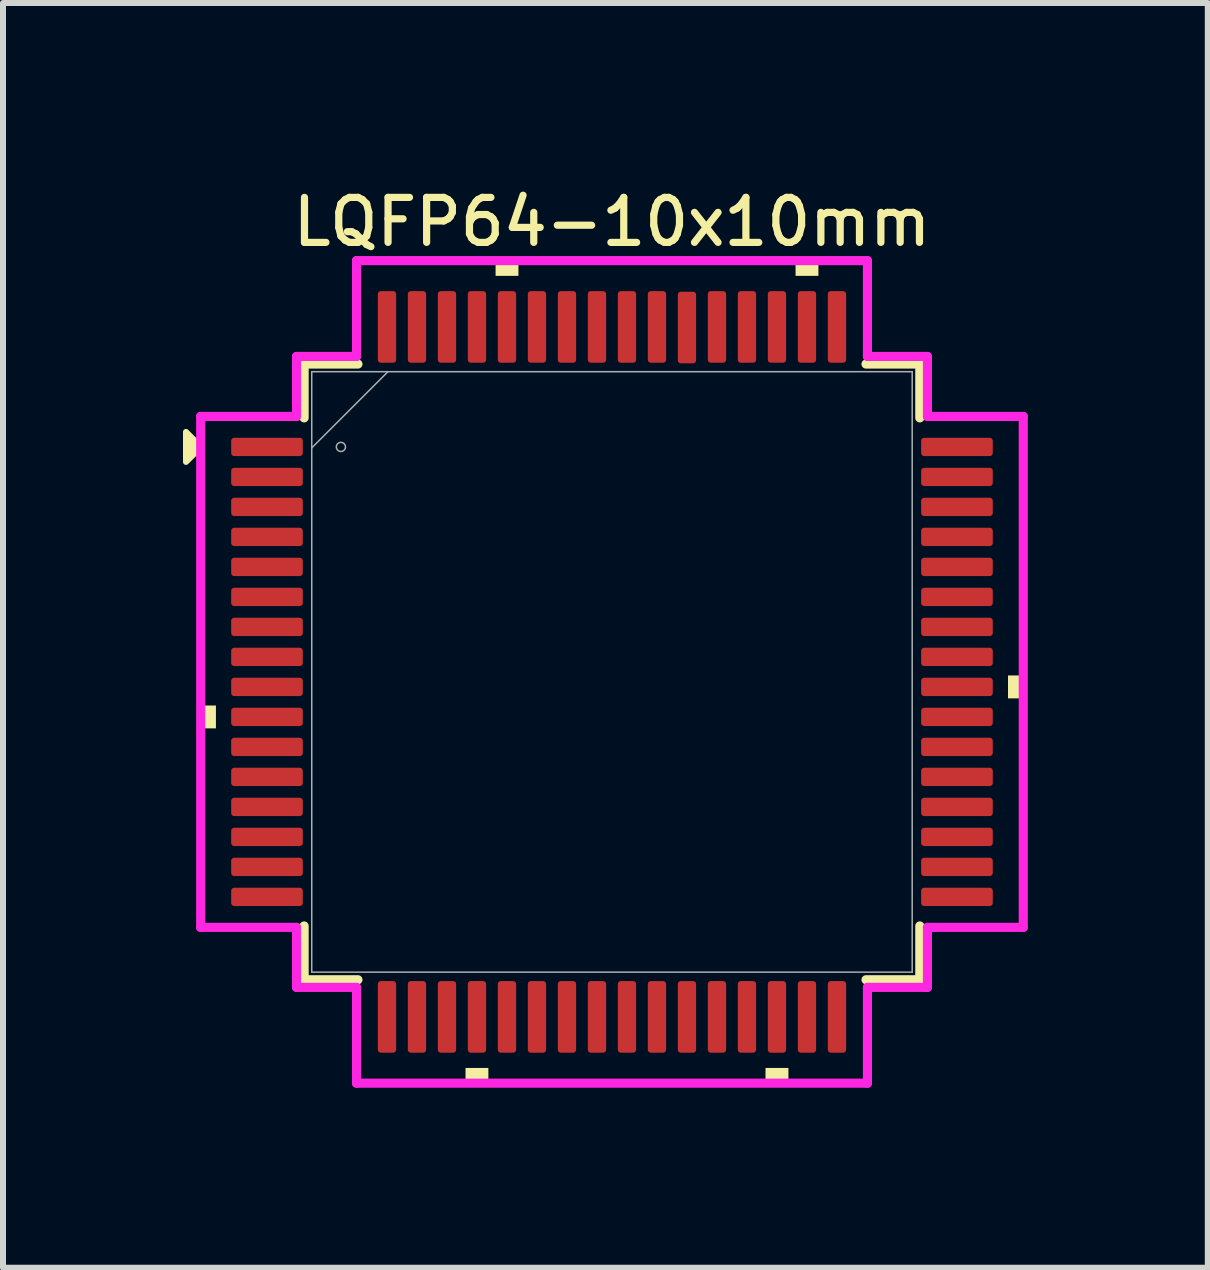
<source format=kicad_pcb>
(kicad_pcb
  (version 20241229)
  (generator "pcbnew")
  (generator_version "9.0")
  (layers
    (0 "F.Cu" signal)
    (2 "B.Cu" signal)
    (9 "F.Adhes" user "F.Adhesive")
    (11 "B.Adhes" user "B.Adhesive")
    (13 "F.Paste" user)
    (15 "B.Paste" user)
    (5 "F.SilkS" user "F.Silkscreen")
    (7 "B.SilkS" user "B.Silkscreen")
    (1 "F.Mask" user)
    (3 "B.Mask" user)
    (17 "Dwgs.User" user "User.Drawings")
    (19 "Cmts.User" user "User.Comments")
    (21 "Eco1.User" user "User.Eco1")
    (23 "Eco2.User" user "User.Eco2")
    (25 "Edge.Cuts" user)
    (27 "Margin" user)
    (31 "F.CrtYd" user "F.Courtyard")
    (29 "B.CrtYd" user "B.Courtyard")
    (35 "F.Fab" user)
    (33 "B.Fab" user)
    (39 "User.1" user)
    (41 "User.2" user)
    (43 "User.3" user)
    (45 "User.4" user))
  (footprint "LQFP64-10x10mm"
    (layer "F.Cu")
    (at 7.15 8.149)
    (property "Reference" "LQFP64-10x10mm" (at 0 -7.5 0) (unlocked yes) (layer "F.SilkS") (effects (font (size 0.75 0.75) (thickness 0.12))))
    (attr smd)
    (fp_line (start -5.131 -5.131) (end -5.131 -4.234) (stroke (width 0.152) (type solid)) (layer "F.SilkS"))
    (fp_line (start -5.131 4.234) (end -5.131 5.131) (stroke (width 0.152) (type solid)) (layer "F.SilkS"))
    (fp_line (start -5.131 5.131) (end -4.234 5.131) (stroke (width 0.152) (type solid)) (layer "F.SilkS"))
    (fp_line (start -4.234 -5.131) (end -5.131 -5.131) (stroke (width 0.152) (type solid)) (layer "F.SilkS"))
    (fp_line (start 4.234 5.131) (end 5.131 5.131) (stroke (width 0.152) (type solid)) (layer "F.SilkS"))
    (fp_line (start 5.131 -5.131) (end 4.234 -5.131) (stroke (width 0.152) (type solid)) (layer "F.SilkS"))
    (fp_line (start 5.131 -4.234) (end 5.131 -5.131) (stroke (width 0.152) (type solid)) (layer "F.SilkS"))
    (fp_line (start 5.131 5.131) (end 5.131 4.234) (stroke (width 0.152) (type solid)) (layer "F.SilkS"))
    (fp_poly (pts (xy -6.85 -3.75) (xy -7.1 -3.5) (xy -7.1 -4)) (stroke (width 0.1) (type solid)) (fill yes) (layer "F.SilkS"))
    (fp_poly (pts (xy -6.855 0.56) (xy -6.855 0.941) (xy -6.601 0.941) (xy -6.601 0.56)) (stroke (width 0) (type solid)) (fill yes) (layer "F.SilkS"))
    (fp_poly (pts (xy -2.441 6.601) (xy -2.441 6.855) (xy -2.06 6.855) (xy -2.06 6.601)) (stroke (width 0) (type solid)) (fill yes) (layer "F.SilkS"))
    (fp_poly (pts (xy -1.94 -6.601) (xy -1.94 -6.855) (xy -1.559 -6.855) (xy -1.559 -6.601)) (stroke (width 0) (type solid)) (fill yes) (layer "F.SilkS"))
    (fp_poly (pts (xy 2.559 6.601) (xy 2.559 6.855) (xy 2.941 6.855) (xy 2.941 6.601)) (stroke (width 0) (type solid)) (fill yes) (layer "F.SilkS"))
    (fp_poly (pts (xy 3.06 -6.601) (xy 3.06 -6.855) (xy 3.441 -6.855) (xy 3.441 -6.601)) (stroke (width 0) (type solid)) (fill yes) (layer "F.SilkS"))
    (fp_poly (pts (xy 6.855 0.059) (xy 6.855 0.441) (xy 6.601 0.441) (xy 6.601 0.059)) (stroke (width 0) (type solid)) (fill yes) (layer "F.SilkS"))
    (fp_line (start -6.855 -4.258) (end -5.258 -4.258) (stroke (width 0.152) (type solid)) (layer "F.CrtYd"))
    (fp_line (start -6.855 4.258) (end -6.855 -4.258) (stroke (width 0.152) (type solid)) (layer "F.CrtYd"))
    (fp_line (start -5.258 -5.258) (end -4.258 -5.258) (stroke (width 0.152) (type solid)) (layer "F.CrtYd"))
    (fp_line (start -5.258 -4.258) (end -5.258 -5.258) (stroke (width 0.152) (type solid)) (layer "F.CrtYd"))
    (fp_line (start -5.258 4.258) (end -6.855 4.258) (stroke (width 0.152) (type solid)) (layer "F.CrtYd"))
    (fp_line (start -5.258 5.258) (end -5.258 4.258) (stroke (width 0.152) (type solid)) (layer "F.CrtYd"))
    (fp_line (start -4.258 -6.855) (end 4.258 -6.855) (stroke (width 0.152) (type solid)) (layer "F.CrtYd"))
    (fp_line (start -4.258 -5.258) (end -4.258 -6.855) (stroke (width 0.152) (type solid)) (layer "F.CrtYd"))
    (fp_line (start -4.258 5.258) (end -5.258 5.258) (stroke (width 0.152) (type solid)) (layer "F.CrtYd"))
    (fp_line (start -4.258 6.855) (end -4.258 5.258) (stroke (width 0.152) (type solid)) (layer "F.CrtYd"))
    (fp_line (start 4.258 -6.855) (end 4.258 -5.258) (stroke (width 0.152) (type solid)) (layer "F.CrtYd"))
    (fp_line (start 4.258 -5.258) (end 5.258 -5.258) (stroke (width 0.152) (type solid)) (layer "F.CrtYd"))
    (fp_line (start 4.258 5.258) (end 4.258 6.855) (stroke (width 0.152) (type solid)) (layer "F.CrtYd"))
    (fp_line (start 4.258 6.855) (end -4.258 6.855) (stroke (width 0.152) (type solid)) (layer "F.CrtYd"))
    (fp_line (start 5.258 -5.258) (end 5.258 -4.258) (stroke (width 0.152) (type solid)) (layer "F.CrtYd"))
    (fp_line (start 5.258 -4.258) (end 6.855 -4.258) (stroke (width 0.152) (type solid)) (layer "F.CrtYd"))
    (fp_line (start 5.258 4.258) (end 5.258 5.258) (stroke (width 0.152) (type solid)) (layer "F.CrtYd"))
    (fp_line (start 5.258 5.258) (end 4.258 5.258) (stroke (width 0.152) (type solid)) (layer "F.CrtYd"))
    (fp_line (start 6.855 -4.258) (end 6.855 4.258) (stroke (width 0.152) (type solid)) (layer "F.CrtYd"))
    (fp_line (start 6.855 4.258) (end 5.258 4.258) (stroke (width 0.152) (type solid)) (layer "F.CrtYd"))
    (fp_line (start -5.004 -5.004) (end -5.004 5.004) (stroke (width 0.025) (type solid)) (layer "F.Fab"))
    (fp_line (start -5.004 -3.734) (end -3.734 -5.004) (stroke (width 0.025) (type solid)) (layer "F.Fab"))
    (fp_line (start -5.004 5.004) (end 5.004 5.004) (stroke (width 0.025) (type solid)) (layer "F.Fab"))
    (fp_line (start 5.004 -5.004) (end -5.004 -5.004) (stroke (width 0.025) (type solid)) (layer "F.Fab"))
    (fp_line (start 5.004 5.004) (end 5.004 -5.004) (stroke (width 0.025) (type solid)) (layer "F.Fab"))
    (fp_circle (center -4.518 -3.75) (end -4.442 -3.75) (stroke (width 0.025) (type solid)) (fill no) (layer "F.Fab"))
    (pad "1" smd roundrect (at -5.75 -3.75) (size 1.194 0.305) (layers "F.Cu" "F.Mask" "F.Paste") (roundrect_rratio 0.164))
    (pad "2" smd roundrect (at -5.75 -3.25) (size 1.194 0.305) (layers "F.Cu" "F.Mask" "F.Paste") (roundrect_rratio 0.164))
    (pad "3" smd roundrect (at -5.75 -2.75) (size 1.194 0.305) (layers "F.Cu" "F.Mask" "F.Paste") (roundrect_rratio 0.164))
    (pad "4" smd roundrect (at -5.75 -2.25) (size 1.194 0.305) (layers "F.Cu" "F.Mask" "F.Paste") (roundrect_rratio 0.164))
    (pad "5" smd roundrect (at -5.75 -1.75) (size 1.194 0.305) (layers "F.Cu" "F.Mask" "F.Paste") (roundrect_rratio 0.164))
    (pad "6" smd roundrect (at -5.75 -1.25) (size 1.194 0.305) (layers "F.Cu" "F.Mask" "F.Paste") (roundrect_rratio 0.164))
    (pad "7" smd roundrect (at -5.75 -0.75) (size 1.194 0.305) (layers "F.Cu" "F.Mask" "F.Paste") (roundrect_rratio 0.164))
    (pad "8" smd roundrect (at -5.75 -0.25) (size 1.194 0.305) (layers "F.Cu" "F.Mask" "F.Paste") (roundrect_rratio 0.164))
    (pad "9" smd roundrect (at -5.75 0.25) (size 1.194 0.305) (layers "F.Cu" "F.Mask" "F.Paste") (roundrect_rratio 0.164))
    (pad "10" smd roundrect (at -5.75 0.75) (size 1.194 0.305) (layers "F.Cu" "F.Mask" "F.Paste") (roundrect_rratio 0.164))
    (pad "11" smd roundrect (at -5.75 1.25) (size 1.194 0.305) (layers "F.Cu" "F.Mask" "F.Paste") (roundrect_rratio 0.164))
    (pad "12" smd roundrect (at -5.75 1.75) (size 1.194 0.305) (layers "F.Cu" "F.Mask" "F.Paste") (roundrect_rratio 0.164))
    (pad "13" smd roundrect (at -5.75 2.25) (size 1.194 0.305) (layers "F.Cu" "F.Mask" "F.Paste") (roundrect_rratio 0.164))
    (pad "14" smd roundrect (at -5.75 2.75) (size 1.194 0.305) (layers "F.Cu" "F.Mask" "F.Paste") (roundrect_rratio 0.164))
    (pad "15" smd roundrect (at -5.75 3.25) (size 1.194 0.305) (layers "F.Cu" "F.Mask" "F.Paste") (roundrect_rratio 0.164))
    (pad "16" smd roundrect (at -5.75 3.75) (size 1.194 0.305) (layers "F.Cu" "F.Mask" "F.Paste") (roundrect_rratio 0.164))
    (pad "17" smd roundrect (at -3.75 5.75 90) (size 1.194 0.305) (layers "F.Cu" "F.Mask" "F.Paste") (roundrect_rratio 0.164))
    (pad "18" smd roundrect (at -3.25 5.75 90) (size 1.194 0.305) (layers "F.Cu" "F.Mask" "F.Paste") (roundrect_rratio 0.164))
    (pad "19" smd roundrect (at -2.75 5.75 90) (size 1.194 0.305) (layers "F.Cu" "F.Mask" "F.Paste") (roundrect_rratio 0.164))
    (pad "20" smd roundrect (at -2.25 5.75 90) (size 1.194 0.305) (layers "F.Cu" "F.Mask" "F.Paste") (roundrect_rratio 0.164))
    (pad "21" smd roundrect (at -1.75 5.75 90) (size 1.194 0.305) (layers "F.Cu" "F.Mask" "F.Paste") (roundrect_rratio 0.164))
    (pad "22" smd roundrect (at -1.25 5.75 90) (size 1.194 0.305) (layers "F.Cu" "F.Mask" "F.Paste") (roundrect_rratio 0.164))
    (pad "23" smd roundrect (at -0.75 5.75 90) (size 1.194 0.305) (layers "F.Cu" "F.Mask" "F.Paste") (roundrect_rratio 0.164))
    (pad "24" smd roundrect (at -0.25 5.75 90) (size 1.194 0.305) (layers "F.Cu" "F.Mask" "F.Paste") (roundrect_rratio 0.164))
    (pad "25" smd roundrect (at 0.25 5.75 90) (size 1.194 0.305) (layers "F.Cu" "F.Mask" "F.Paste") (roundrect_rratio 0.164))
    (pad "26" smd roundrect (at 0.75 5.75 90) (size 1.194 0.305) (layers "F.Cu" "F.Mask" "F.Paste") (roundrect_rratio 0.164))
    (pad "27" smd roundrect (at 1.25 5.75 90) (size 1.194 0.305) (layers "F.Cu" "F.Mask" "F.Paste") (roundrect_rratio 0.164))
    (pad "28" smd roundrect (at 1.75 5.75 90) (size 1.194 0.305) (layers "F.Cu" "F.Mask" "F.Paste") (roundrect_rratio 0.164))
    (pad "29" smd roundrect (at 2.25 5.75 90) (size 1.194 0.305) (layers "F.Cu" "F.Mask" "F.Paste") (roundrect_rratio 0.164))
    (pad "30" smd roundrect (at 2.75 5.75 90) (size 1.194 0.305) (layers "F.Cu" "F.Mask" "F.Paste") (roundrect_rratio 0.164))
    (pad "31" smd roundrect (at 3.25 5.75 90) (size 1.194 0.305) (layers "F.Cu" "F.Mask" "F.Paste") (roundrect_rratio 0.164))
    (pad "32" smd roundrect (at 3.75 5.75 90) (size 1.194 0.305) (layers "F.Cu" "F.Mask" "F.Paste") (roundrect_rratio 0.164))
    (pad "33" smd roundrect (at 5.75 3.75) (size 1.194 0.305) (layers "F.Cu" "F.Mask" "F.Paste") (roundrect_rratio 0.164))
    (pad "34" smd roundrect (at 5.75 3.25) (size 1.194 0.305) (layers "F.Cu" "F.Mask" "F.Paste") (roundrect_rratio 0.164))
    (pad "35" smd roundrect (at 5.75 2.75) (size 1.194 0.305) (layers "F.Cu" "F.Mask" "F.Paste") (roundrect_rratio 0.164))
    (pad "36" smd roundrect (at 5.75 2.25) (size 1.194 0.305) (layers "F.Cu" "F.Mask" "F.Paste") (roundrect_rratio 0.164))
    (pad "37" smd roundrect (at 5.75 1.75) (size 1.194 0.305) (layers "F.Cu" "F.Mask" "F.Paste") (roundrect_rratio 0.164))
    (pad "38" smd roundrect (at 5.75 1.25) (size 1.194 0.305) (layers "F.Cu" "F.Mask" "F.Paste") (roundrect_rratio 0.164))
    (pad "39" smd roundrect (at 5.75 0.75) (size 1.194 0.305) (layers "F.Cu" "F.Mask" "F.Paste") (roundrect_rratio 0.164))
    (pad "40" smd roundrect (at 5.75 0.25) (size 1.194 0.305) (layers "F.Cu" "F.Mask" "F.Paste") (roundrect_rratio 0.164))
    (pad "41" smd roundrect (at 5.75 -0.25) (size 1.194 0.305) (layers "F.Cu" "F.Mask" "F.Paste") (roundrect_rratio 0.164))
    (pad "42" smd roundrect (at 5.75 -0.75) (size 1.194 0.305) (layers "F.Cu" "F.Mask" "F.Paste") (roundrect_rratio 0.164))
    (pad "43" smd roundrect (at 5.75 -1.25) (size 1.194 0.305) (layers "F.Cu" "F.Mask" "F.Paste") (roundrect_rratio 0.164))
    (pad "44" smd roundrect (at 5.75 -1.75) (size 1.194 0.305) (layers "F.Cu" "F.Mask" "F.Paste") (roundrect_rratio 0.164))
    (pad "45" smd roundrect (at 5.75 -2.25) (size 1.194 0.305) (layers "F.Cu" "F.Mask" "F.Paste") (roundrect_rratio 0.164))
    (pad "46" smd roundrect (at 5.75 -2.75) (size 1.194 0.305) (layers "F.Cu" "F.Mask" "F.Paste") (roundrect_rratio 0.164))
    (pad "47" smd roundrect (at 5.75 -3.25) (size 1.194 0.305) (layers "F.Cu" "F.Mask" "F.Paste") (roundrect_rratio 0.164))
    (pad "48" smd roundrect (at 5.75 -3.75) (size 1.194 0.305) (layers "F.Cu" "F.Mask" "F.Paste") (roundrect_rratio 0.164))
    (pad "49" smd roundrect (at 3.75 -5.75 90) (size 1.194 0.305) (layers "F.Cu" "F.Mask" "F.Paste") (roundrect_rratio 0.164))
    (pad "50" smd roundrect (at 3.25 -5.75 90) (size 1.194 0.305) (layers "F.Cu" "F.Mask" "F.Paste") (roundrect_rratio 0.164))
    (pad "51" smd roundrect (at 2.75 -5.75 90) (size 1.194 0.305) (layers "F.Cu" "F.Mask" "F.Paste") (roundrect_rratio 0.164))
    (pad "52" smd roundrect (at 2.25 -5.75 90) (size 1.194 0.305) (layers "F.Cu" "F.Mask" "F.Paste") (roundrect_rratio 0.164))
    (pad "53" smd roundrect (at 1.75 -5.75 90) (size 1.194 0.305) (layers "F.Cu" "F.Mask" "F.Paste") (roundrect_rratio 0.164))
    (pad "54" smd roundrect (at 1.25 -5.74 90) (size 1.194 0.305) (layers "F.Cu" "F.Mask" "F.Paste") (roundrect_rratio 0.164))
    (pad "55" smd roundrect (at 0.75 -5.75 90) (size 1.194 0.305) (layers "F.Cu" "F.Mask" "F.Paste") (roundrect_rratio 0.164))
    (pad "56" smd roundrect (at 0.25 -5.75 90) (size 1.194 0.305) (layers "F.Cu" "F.Mask" "F.Paste") (roundrect_rratio 0.164))
    (pad "57" smd roundrect (at -0.25 -5.75 90) (size 1.194 0.305) (layers "F.Cu" "F.Mask" "F.Paste") (roundrect_rratio 0.164))
    (pad "58" smd roundrect (at -0.75 -5.75 90) (size 1.194 0.305) (layers "F.Cu" "F.Mask" "F.Paste") (roundrect_rratio 0.164))
    (pad "59" smd roundrect (at -1.25 -5.75 90) (size 1.194 0.305) (layers "F.Cu" "F.Mask" "F.Paste") (roundrect_rratio 0.164))
    (pad "60" smd roundrect (at -1.75 -5.75 90) (size 1.194 0.305) (layers "F.Cu" "F.Mask" "F.Paste") (roundrect_rratio 0.164))
    (pad "61" smd roundrect (at -2.25 -5.75 90) (size 1.194 0.305) (layers "F.Cu" "F.Mask" "F.Paste") (roundrect_rratio 0.164))
    (pad "62" smd roundrect (at -2.75 -5.75 90) (size 1.194 0.305) (layers "F.Cu" "F.Mask" "F.Paste") (roundrect_rratio 0.164))
    (pad "63" smd roundrect (at -3.25 -5.75 90) (size 1.194 0.305) (layers "F.Cu" "F.Mask" "F.Paste") (roundrect_rratio 0.164))
    (pad "64" smd roundrect (at -3.75 -5.75 90) (size 1.194 0.305) (layers "F.Cu" "F.Mask" "F.Paste") (roundrect_rratio 0.164)))
  (gr_rect
    (start -3 -3)
    (end 17.081 18.08)
    (stroke (width 0.1) (type default))
    (fill no)
    (layer "Edge.Cuts")))
</source>
